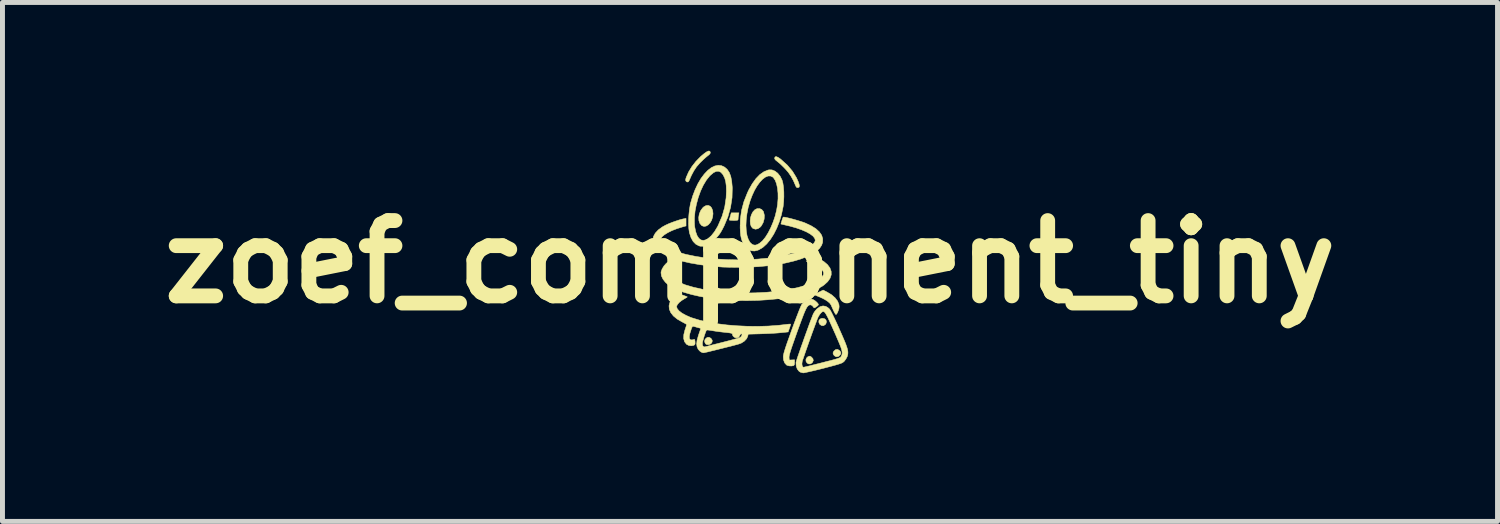
<source format=kicad_pcb>
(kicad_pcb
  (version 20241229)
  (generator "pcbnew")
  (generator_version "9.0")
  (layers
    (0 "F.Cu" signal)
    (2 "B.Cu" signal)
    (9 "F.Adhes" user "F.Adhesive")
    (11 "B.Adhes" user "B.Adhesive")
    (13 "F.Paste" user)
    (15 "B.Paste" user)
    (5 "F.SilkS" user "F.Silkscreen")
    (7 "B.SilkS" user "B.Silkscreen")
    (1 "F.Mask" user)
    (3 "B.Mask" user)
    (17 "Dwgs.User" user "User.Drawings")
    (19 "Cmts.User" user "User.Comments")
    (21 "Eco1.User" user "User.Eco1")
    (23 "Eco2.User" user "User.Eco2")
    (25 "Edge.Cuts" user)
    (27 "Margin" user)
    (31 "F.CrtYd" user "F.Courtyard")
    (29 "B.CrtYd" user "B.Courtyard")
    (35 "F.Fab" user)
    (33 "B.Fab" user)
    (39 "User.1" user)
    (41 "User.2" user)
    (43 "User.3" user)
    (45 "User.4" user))
  (footprint "zoef_component_tiny"
    (layer "F.Cu")
    (at 12.127 2.248)
    (property "Reference" "zoef_component_tiny" (at 0 0 0) (layer "F.SilkS") (effects (font (size 1.524 1.524) (thickness 0.3))))
    (attr through_hole)
    (fp_poly (pts (xy -0.792 1.547) (xy -0.788 1.552) (xy -0.765 1.587) (xy -0.767 1.621) (xy -0.782 1.648) (xy -0.808 1.668) (xy -0.844 1.677) (xy -0.878 1.673) (xy -0.899 1.661) (xy -0.919 1.62) (xy -0.914 1.579) (xy -0.901 1.558) (xy -0.867 1.53) (xy -0.829 1.527) (xy -0.792 1.547)) (stroke (width 0.01) (type solid)) (fill yes) (layer "F.SilkS"))
    (fp_poly (pts (xy 1.51 1.153) (xy 1.537 1.178) (xy 1.547 1.213) (xy 1.536 1.251) (xy 1.524 1.268) (xy 1.487 1.292) (xy 1.45 1.291) (xy 1.414 1.267) (xy 1.41 1.262) (xy 1.392 1.222) (xy 1.395 1.185) (xy 1.418 1.157) (xy 1.458 1.143) (xy 1.468 1.143) (xy 1.51 1.153)) (stroke (width 0.01) (type solid)) (fill yes) (layer "F.SilkS"))
    (fp_poly (pts (xy 1.223 1.914) (xy 1.243 1.927) (xy 1.273 1.961) (xy 1.28 1.999) (xy 1.263 2.035) (xy 1.256 2.044) (xy 1.221 2.066) (xy 1.187 2.066) (xy 1.158 2.05) (xy 1.135 2.02) (xy 1.13 1.983) (xy 1.143 1.947) (xy 1.171 1.92) (xy 1.173 1.92) (xy 1.201 1.909) (xy 1.223 1.914)) (stroke (width 0.01) (type solid)) (fill yes) (layer "F.SilkS"))
    (fp_poly (pts (xy 1.806 1.791) (xy 1.821 1.807) (xy 1.838 1.833) (xy 1.839 1.853) (xy 1.829 1.876) (xy 1.797 1.91) (xy 1.758 1.922) (xy 1.73 1.916) (xy 1.703 1.897) (xy 1.687 1.873) (xy 1.679 1.847) (xy 1.687 1.823) (xy 1.698 1.806) (xy 1.732 1.777) (xy 1.77 1.772) (xy 1.806 1.791)) (stroke (width 0.01) (type solid)) (fill yes) (layer "F.SilkS"))
    (fp_poly (pts (xy -0.233 -0.943) (xy -0.239 -0.903) (xy -0.241 -0.869) (xy -0.241 -0.867) (xy -0.243 -0.852) (xy -0.252 -0.843) (xy -0.274 -0.839) (xy -0.314 -0.838) (xy -0.33 -0.838) (xy -0.374 -0.839) (xy -0.406 -0.842) (xy -0.419 -0.845) (xy -0.419 -0.846) (xy -0.416 -0.861) (xy -0.407 -0.893) (xy -0.399 -0.922) (xy -0.379 -0.991) (xy -0.225 -0.991) (xy -0.233 -0.943)) (stroke (width 0.01) (type solid)) (fill yes) (layer "F.SilkS"))
    (fp_poly (pts (xy -0.807 -1.125) (xy -0.776 -1.089) (xy -0.756 -1.036) (xy -0.749 -0.974) (xy -0.757 -0.906) (xy -0.777 -0.843) (xy -0.808 -0.79) (xy -0.845 -0.749) (xy -0.887 -0.724) (xy -0.93 -0.716) (xy -0.972 -0.73) (xy -0.98 -0.736) (xy -1.016 -0.779) (xy -1.035 -0.835) (xy -1.038 -0.9) (xy -1.027 -0.967) (xy -1.001 -1.032) (xy -0.961 -1.088) (xy -0.939 -1.11) (xy -0.892 -1.137) (xy -0.847 -1.142) (xy -0.807 -1.125)) (stroke (width 0.01) (type solid)) (fill yes) (layer "F.SilkS"))
    (fp_poly (pts (xy 0.237 -1.058) (xy 0.27 -1.019) (xy 0.274 -1.009) (xy 0.29 -0.941) (xy 0.286 -0.866) (xy 0.265 -0.792) (xy 0.228 -0.727) (xy 0.208 -0.704) (xy 0.16 -0.67) (xy 0.111 -0.66) (xy 0.064 -0.674) (xy 0.055 -0.679) (xy 0.024 -0.715) (xy 0.007 -0.767) (xy 0.003 -0.828) (xy 0.01 -0.893) (xy 0.029 -0.956) (xy 0.059 -1.012) (xy 0.097 -1.053) (xy 0.144 -1.077) (xy 0.193 -1.078) (xy 0.237 -1.058)) (stroke (width 0.01) (type solid)) (fill yes) (layer "F.SilkS"))
    (fp_poly (pts (xy -0.813 -2.238) (xy -0.803 -2.214) (xy -0.807 -2.193) (xy -0.829 -2.167) (xy -0.861 -2.142) (xy -0.896 -2.113) (xy -0.942 -2.072) (xy -0.991 -2.024) (xy -1.019 -1.996) (xy -1.083 -1.922) (xy -1.137 -1.841) (xy -1.187 -1.747) (xy -1.23 -1.648) (xy -1.249 -1.619) (xy -1.273 -1.615) (xy -1.295 -1.631) (xy -1.303 -1.649) (xy -1.301 -1.675) (xy -1.29 -1.711) (xy -1.243 -1.818) (xy -1.176 -1.928) (xy -1.093 -2.034) (xy -0.997 -2.132) (xy -0.924 -2.193) (xy -0.873 -2.228) (xy -0.836 -2.243) (xy -0.813 -2.238)) (stroke (width 0.01) (type solid)) (fill yes) (layer "F.SilkS"))
    (fp_poly (pts (xy 1.558 0.612) (xy 1.65 0.667) (xy 1.721 0.729) (xy 1.772 0.796) (xy 1.799 0.865) (xy 1.803 0.908) (xy 1.799 0.943) (xy 1.787 0.984) (xy 1.771 1.023) (xy 1.755 1.053) (xy 1.74 1.067) (xy 1.739 1.067) (xy 1.728 1.056) (xy 1.711 1.028) (xy 1.691 0.989) (xy 1.69 0.987) (xy 1.669 0.941) (xy 1.651 0.899) (xy 1.64 0.874) (xy 1.615 0.838) (xy 1.57 0.799) (xy 1.507 0.759) (xy 1.43 0.721) (xy 1.398 0.707) (xy 1.292 0.664) (xy 1.386 0.618) (xy 1.48 0.572) (xy 1.558 0.612)) (stroke (width 0.01) (type solid)) (fill yes) (layer "F.SilkS"))
    (fp_poly (pts (xy 0.567 -2.114) (xy 0.618 -2.079) (xy 0.627 -2.071) (xy 0.754 -1.957) (xy 0.858 -1.834) (xy 0.939 -1.702) (xy 0.974 -1.625) (xy 0.993 -1.57) (xy 0.999 -1.533) (xy 0.992 -1.511) (xy 0.97 -1.501) (xy 0.968 -1.501) (xy 0.944 -1.505) (xy 0.927 -1.529) (xy 0.926 -1.533) (xy 0.878 -1.643) (xy 0.828 -1.734) (xy 0.772 -1.814) (xy 0.716 -1.878) (xy 0.669 -1.926) (xy 0.621 -1.973) (xy 0.578 -2.01) (xy 0.557 -2.027) (xy 0.519 -2.058) (xy 0.5 -2.082) (xy 0.498 -2.1) (xy 0.508 -2.124) (xy 0.531 -2.129) (xy 0.567 -2.114)) (stroke (width 0.01) (type solid)) (fill yes) (layer "F.SilkS"))
    (fp_poly (pts (xy 1.284 0.768) (xy 1.32 0.791) (xy 1.353 0.82) (xy 1.377 0.848) (xy 1.384 0.867) (xy 1.374 0.883) (xy 1.349 0.904) (xy 1.339 0.911) (xy 1.311 0.928) (xy 1.296 0.931) (xy 1.287 0.922) (xy 1.283 0.914) (xy 1.256 0.883) (xy 1.222 0.87) (xy 1.195 0.876) (xy 1.18 0.886) (xy 1.165 0.901) (xy 1.149 0.923) (xy 1.132 0.955) (xy 1.112 0.998) (xy 1.088 1.055) (xy 1.06 1.128) (xy 1.026 1.219) (xy 0.985 1.33) (xy 0.951 1.424) (xy 0.907 1.548) (xy 0.871 1.651) (xy 0.842 1.734) (xy 0.82 1.801) (xy 0.805 1.852) (xy 0.795 1.89) (xy 0.791 1.917) (xy 0.79 1.935) (xy 0.794 1.988) (xy 0.848 1.985) (xy 0.902 1.983) (xy 0.902 2.038) (xy 0.898 2.079) (xy 0.885 2.099) (xy 0.882 2.1) (xy 0.841 2.108) (xy 0.794 2.106) (xy 0.752 2.095) (xy 0.739 2.088) (xy 0.701 2.046) (xy 0.678 1.985) (xy 0.673 1.925) (xy 0.674 1.903) (xy 0.679 1.876) (xy 0.687 1.841) (xy 0.7 1.796) (xy 0.718 1.739) (xy 0.742 1.667) (xy 0.774 1.577) (xy 0.813 1.468) (xy 0.843 1.383) (xy 0.885 1.268) (xy 0.925 1.162) (xy 0.961 1.068) (xy 0.992 0.988) (xy 1.018 0.925) (xy 1.038 0.88) (xy 1.05 0.859) (xy 1.093 0.812) (xy 1.146 0.776) (xy 1.202 0.756) (xy 1.251 0.755) (xy 1.284 0.768)) (stroke (width 0.01) (type solid)) (fill yes) (layer "F.SilkS"))
    (fp_poly (pts (xy -0.576 -1.945) (xy -0.514 -1.916) (xy -0.461 -1.869) (xy -0.42 -1.808) (xy -0.39 -1.73) (xy -0.371 -1.633) (xy -0.36 -1.514) (xy -0.359 -1.492) (xy -0.364 -1.297) (xy -0.394 -1.102) (xy -0.448 -0.911) (xy -0.525 -0.726) (xy -0.529 -0.719) (xy -0.564 -0.65) (xy -0.594 -0.597) (xy -0.624 -0.553) (xy -0.659 -0.51) (xy -0.703 -0.461) (xy -0.711 -0.453) (xy -0.786 -0.385) (xy -0.861 -0.339) (xy -0.935 -0.315) (xy -1.004 -0.316) (xy -1.033 -0.323) (xy -1.098 -0.358) (xy -1.151 -0.412) (xy -1.193 -0.487) (xy -1.225 -0.584) (xy -1.227 -0.593) (xy -1.238 -0.666) (xy -1.243 -0.756) (xy -1.243 -0.857) (xy -1.241 -0.893) (xy -1.125 -0.893) (xy -1.125 -0.767) (xy -1.119 -0.707) (xy -1.099 -0.608) (xy -1.071 -0.53) (xy -1.035 -0.475) (xy -0.992 -0.442) (xy -0.943 -0.433) (xy -0.887 -0.448) (xy -0.854 -0.467) (xy -0.785 -0.526) (xy -0.719 -0.609) (xy -0.656 -0.714) (xy -0.642 -0.743) (xy -0.564 -0.925) (xy -0.512 -1.107) (xy -0.484 -1.294) (xy -0.478 -1.429) (xy -0.481 -1.536) (xy -0.492 -1.623) (xy -0.512 -1.694) (xy -0.542 -1.754) (xy -0.549 -1.766) (xy -0.59 -1.812) (xy -0.634 -1.833) (xy -0.683 -1.831) (xy -0.738 -1.805) (xy -0.799 -1.754) (xy -0.814 -1.74) (xy -0.882 -1.656) (xy -0.945 -1.552) (xy -1.001 -1.432) (xy -1.048 -1.301) (xy -1.085 -1.165) (xy -1.112 -1.027) (xy -1.125 -0.893) (xy -1.241 -0.893) (xy -1.236 -0.962) (xy -1.225 -1.065) (xy -1.209 -1.159) (xy -1.202 -1.19) (xy -1.16 -1.332) (xy -1.11 -1.464) (xy -1.054 -1.582) (xy -0.992 -1.687) (xy -0.925 -1.776) (xy -0.856 -1.849) (xy -0.785 -1.904) (xy -0.714 -1.939) (xy -0.643 -1.953) (xy -0.576 -1.945)) (stroke (width 0.01) (type solid)) (fill yes) (layer "F.SilkS"))
    (fp_poly (pts (xy 0.444 -1.86) (xy 0.504 -1.836) (xy 0.56 -1.793) (xy 0.609 -1.732) (xy 0.647 -1.657) (xy 0.648 -1.655) (xy 0.665 -1.593) (xy 0.677 -1.511) (xy 0.684 -1.417) (xy 0.685 -1.316) (xy 0.68 -1.214) (xy 0.67 -1.118) (xy 0.667 -1.103) (xy 0.636 -0.954) (xy 0.593 -0.812) (xy 0.54 -0.679) (xy 0.479 -0.558) (xy 0.411 -0.452) (xy 0.337 -0.362) (xy 0.26 -0.292) (xy 0.18 -0.244) (xy 0.156 -0.234) (xy 0.093 -0.219) (xy 0.031 -0.223) (xy 0.005 -0.23) (xy -0.04 -0.254) (xy -0.085 -0.297) (xy -0.126 -0.353) (xy -0.159 -0.418) (xy -0.164 -0.433) (xy -0.178 -0.479) (xy -0.188 -0.531) (xy -0.195 -0.594) (xy -0.199 -0.676) (xy -0.2 -0.679) (xy -0.199 -0.735) (xy -0.082 -0.735) (xy -0.076 -0.628) (xy -0.061 -0.534) (xy -0.035 -0.455) (xy -0.001 -0.394) (xy 0.04 -0.356) (xy 0.079 -0.339) (xy 0.118 -0.339) (xy 0.162 -0.357) (xy 0.194 -0.376) (xy 0.252 -0.425) (xy 0.311 -0.497) (xy 0.367 -0.587) (xy 0.42 -0.691) (xy 0.468 -0.805) (xy 0.509 -0.927) (xy 0.539 -1.05) (xy 0.558 -1.166) (xy 0.567 -1.28) (xy 0.566 -1.389) (xy 0.556 -1.489) (xy 0.537 -1.577) (xy 0.51 -1.649) (xy 0.475 -1.701) (xy 0.46 -1.715) (xy 0.414 -1.737) (xy 0.364 -1.736) (xy 0.31 -1.714) (xy 0.254 -1.672) (xy 0.199 -1.613) (xy 0.144 -1.538) (xy 0.092 -1.449) (xy 0.045 -1.348) (xy 0.002 -1.236) (xy -0.033 -1.116) (xy -0.037 -1.102) (xy -0.062 -0.975) (xy -0.077 -0.852) (xy -0.082 -0.735) (xy -0.199 -0.735) (xy -0.196 -0.863) (xy -0.171 -1.041) (xy -0.124 -1.217) (xy -0.053 -1.396) (xy -0.025 -1.456) (xy 0.045 -1.58) (xy 0.119 -1.683) (xy 0.198 -1.765) (xy 0.281 -1.823) (xy 0.365 -1.857) (xy 0.384 -1.861) (xy 0.444 -1.86)) (stroke (width 0.01) (type solid)) (fill yes) (layer "F.SilkS"))
    (fp_poly (pts (xy 1.395 -0.065) (xy 1.493 -0.006) (xy 1.567 0.057) (xy 1.617 0.124) (xy 1.642 0.193) (xy 1.643 0.263) (xy 1.619 0.333) (xy 1.571 0.402) (xy 1.498 0.468) (xy 1.456 0.497) (xy 1.354 0.553) (xy 1.229 0.604) (xy 1.084 0.649) (xy 0.921 0.689) (xy 0.744 0.722) (xy 0.554 0.749) (xy 0.353 0.768) (xy 0.145 0.781) (xy -0.069 0.785) (xy -0.285 0.782) (xy -0.457 0.773) (xy -0.649 0.756) (xy -0.836 0.732) (xy -1.014 0.7) (xy -1.181 0.662) (xy -1.332 0.619) (xy -1.465 0.571) (xy -1.563 0.526) (xy -1.645 0.474) (xy -1.711 0.415) (xy -1.761 0.351) (xy -1.792 0.286) (xy -1.801 0.222) (xy -1.799 0.2) (xy -1.778 0.143) (xy -1.741 0.083) (xy -1.694 0.03) (xy -1.666 0.008) (xy -1.612 -0.029) (xy -1.517 0.001) (xy -1.473 0.016) (xy -1.439 0.029) (xy -1.423 0.037) (xy -1.422 0.039) (xy -1.433 0.048) (xy -1.459 0.063) (xy -1.47 0.068) (xy -1.541 0.107) (xy -1.595 0.149) (xy -1.632 0.191) (xy -1.647 0.231) (xy -1.645 0.254) (xy -1.625 0.285) (xy -1.588 0.321) (xy -1.537 0.36) (xy -1.479 0.395) (xy -1.443 0.413) (xy -1.304 0.468) (xy -1.143 0.515) (xy -0.964 0.555) (xy -0.77 0.587) (xy -0.562 0.61) (xy -0.345 0.625) (xy -0.121 0.631) (xy 0.107 0.628) (xy 0.336 0.616) (xy 0.482 0.602) (xy 0.649 0.581) (xy 0.807 0.555) (xy 0.953 0.524) (xy 1.086 0.488) (xy 1.203 0.449) (xy 1.303 0.407) (xy 1.384 0.362) (xy 1.444 0.316) (xy 1.481 0.269) (xy 1.487 0.256) (xy 1.489 0.218) (xy 1.468 0.175) (xy 1.43 0.136) (xy 1.4 0.115) (xy 1.354 0.089) (xy 1.3 0.061) (xy 1.246 0.036) (xy 1.2 0.017) (xy 1.191 0.013) (xy 1.161 0.002) (xy 1.144 -0.008) (xy 1.144 -0.011) (xy 1.154 -0.019) (xy 1.183 -0.036) (xy 1.223 -0.056) (xy 1.233 -0.06) (xy 1.322 -0.101) (xy 1.395 -0.065)) (stroke (width 0.01) (type solid)) (fill yes) (layer "F.SilkS"))
    (fp_poly (pts (xy 0.722 -0.899) (xy 0.773 -0.888) (xy 0.834 -0.873) (xy 0.9 -0.855) (xy 0.968 -0.835) (xy 1.033 -0.815) (xy 1.09 -0.796) (xy 1.12 -0.784) (xy 1.237 -0.729) (xy 1.332 -0.67) (xy 1.402 -0.606) (xy 1.449 -0.539) (xy 1.471 -0.468) (xy 1.469 -0.395) (xy 1.449 -0.336) (xy 1.407 -0.272) (xy 1.342 -0.212) (xy 1.254 -0.155) (xy 1.146 -0.103) (xy 1.02 -0.055) (xy 0.876 -0.013) (xy 0.718 0.024) (xy 0.545 0.056) (xy 0.36 0.08) (xy 0.165 0.098) (xy -0.038 0.109) (xy -0.249 0.112) (xy -0.279 0.112) (xy -0.357 0.111) (xy -0.429 0.11) (xy -0.492 0.108) (xy -0.538 0.107) (xy -0.559 0.106) (xy -0.796 0.086) (xy -1.013 0.058) (xy -1.211 0.024) (xy -1.389 -0.017) (xy -1.544 -0.064) (xy -1.677 -0.118) (xy -1.787 -0.177) (xy -1.87 -0.239) (xy -1.927 -0.304) (xy -1.96 -0.372) (xy -1.969 -0.442) (xy -1.954 -0.512) (xy -1.917 -0.58) (xy -1.857 -0.645) (xy -1.775 -0.705) (xy -1.708 -0.742) (xy -1.647 -0.77) (xy -1.574 -0.799) (xy -1.497 -0.826) (xy -1.424 -0.85) (xy -1.363 -0.866) (xy -1.343 -0.87) (xy -1.295 -0.879) (xy -1.295 -0.802) (xy -1.295 -0.726) (xy -1.368 -0.706) (xy -1.479 -0.671) (xy -1.578 -0.633) (xy -1.663 -0.591) (xy -1.731 -0.549) (xy -1.781 -0.506) (xy -1.81 -0.465) (xy -1.816 -0.437) (xy -1.804 -0.396) (xy -1.768 -0.353) (xy -1.711 -0.31) (xy -1.634 -0.267) (xy -1.54 -0.226) (xy -1.43 -0.188) (xy -1.307 -0.153) (xy -1.276 -0.146) (xy -1.091 -0.108) (xy -0.894 -0.078) (xy -0.689 -0.058) (xy -0.478 -0.045) (xy -0.266 -0.04) (xy -0.054 -0.044) (xy 0.155 -0.055) (xy 0.356 -0.074) (xy 0.549 -0.101) (xy 0.729 -0.135) (xy 0.893 -0.176) (xy 1.039 -0.224) (xy 1.164 -0.278) (xy 1.172 -0.283) (xy 1.231 -0.319) (xy 1.278 -0.36) (xy 1.309 -0.4) (xy 1.321 -0.436) (xy 1.321 -0.437) (xy 1.308 -0.478) (xy 1.273 -0.521) (xy 1.215 -0.565) (xy 1.139 -0.607) (xy 1.044 -0.648) (xy 0.933 -0.687) (xy 0.809 -0.722) (xy 0.773 -0.73) (xy 0.625 -0.765) (xy 0.644 -0.83) (xy 0.656 -0.868) (xy 0.667 -0.896) (xy 0.671 -0.904) (xy 0.687 -0.905) (xy 0.722 -0.899)) (stroke (width 0.01) (type solid)) (fill yes) (layer "F.SilkS"))
    (fp_poly (pts (xy 1.535 0.902) (xy 1.589 0.937) (xy 1.61 0.958) (xy 1.624 0.979) (xy 1.647 1.021) (xy 1.676 1.079) (xy 1.711 1.151) (xy 1.75 1.234) (xy 1.791 1.324) (xy 1.809 1.366) (xy 1.86 1.481) (xy 1.901 1.576) (xy 1.933 1.653) (xy 1.956 1.716) (xy 1.971 1.767) (xy 1.979 1.808) (xy 1.981 1.843) (xy 1.978 1.874) (xy 1.97 1.905) (xy 1.964 1.922) (xy 1.94 1.967) (xy 1.909 2.009) (xy 1.901 2.017) (xy 1.887 2.029) (xy 1.871 2.04) (xy 1.849 2.051) (xy 1.818 2.062) (xy 1.775 2.076) (xy 1.719 2.092) (xy 1.645 2.112) (xy 1.55 2.137) (xy 1.49 2.153) (xy 1.394 2.177) (xy 1.305 2.199) (xy 1.226 2.217) (xy 1.159 2.232) (xy 1.11 2.243) (xy 1.08 2.248) (xy 1.075 2.248) (xy 1.023 2.235) (xy 0.992 2.215) (xy 0.956 2.17) (xy 0.935 2.111) (xy 0.932 2.067) (xy 1.05 2.067) (xy 1.056 2.105) (xy 1.069 2.128) (xy 1.082 2.133) (xy 1.099 2.13) (xy 1.136 2.122) (xy 1.191 2.109) (xy 1.261 2.091) (xy 1.341 2.071) (xy 1.422 2.051) (xy 1.533 2.022) (xy 1.621 2) (xy 1.689 1.982) (xy 1.741 1.967) (xy 1.779 1.955) (xy 1.805 1.945) (xy 1.823 1.936) (xy 1.834 1.927) (xy 1.841 1.917) (xy 1.847 1.906) (xy 1.848 1.905) (xy 1.858 1.883) (xy 1.864 1.86) (xy 1.865 1.835) (xy 1.86 1.803) (xy 1.85 1.763) (xy 1.832 1.712) (xy 1.806 1.647) (xy 1.771 1.566) (xy 1.728 1.465) (xy 1.7 1.403) (xy 1.65 1.291) (xy 1.609 1.201) (xy 1.576 1.13) (xy 1.548 1.077) (xy 1.526 1.04) (xy 1.507 1.017) (xy 1.49 1.006) (xy 1.474 1.006) (xy 1.458 1.015) (xy 1.44 1.03) (xy 1.436 1.034) (xy 1.408 1.068) (xy 1.381 1.112) (xy 1.374 1.129) (xy 1.36 1.161) (xy 1.341 1.213) (xy 1.316 1.28) (xy 1.287 1.359) (xy 1.255 1.446) (xy 1.222 1.538) (xy 1.189 1.631) (xy 1.157 1.722) (xy 1.127 1.807) (xy 1.101 1.883) (xy 1.079 1.947) (xy 1.063 1.994) (xy 1.055 2.021) (xy 1.055 2.023) (xy 1.05 2.067) (xy 0.932 2.067) (xy 0.93 2.045) (xy 0.932 2.029) (xy 0.938 2.007) (xy 0.952 1.963) (xy 0.972 1.903) (xy 0.998 1.829) (xy 1.027 1.744) (xy 1.06 1.652) (xy 1.094 1.555) (xy 1.129 1.458) (xy 1.163 1.364) (xy 1.195 1.276) (xy 1.224 1.197) (xy 1.25 1.13) (xy 1.269 1.08) (xy 1.283 1.048) (xy 1.284 1.045) (xy 1.31 1.004) (xy 1.345 0.962) (xy 1.359 0.948) (xy 1.418 0.907) (xy 1.477 0.892) (xy 1.535 0.902)) (stroke (width 0.01) (type solid)) (fill yes) (layer "F.SilkS"))
    (fp_poly (pts (xy -1.437 0.651) (xy -1.403 0.661) (xy -1.362 0.674) (xy -1.322 0.688) (xy -1.289 0.7) (xy -1.271 0.709) (xy -1.27 0.711) (xy -1.28 0.72) (xy -1.307 0.736) (xy -1.33 0.749) (xy -1.387 0.785) (xy -1.435 0.824) (xy -1.469 0.864) (xy -1.485 0.898) (xy -1.486 0.906) (xy -1.474 0.948) (xy -1.437 0.992) (xy -1.379 1.037) (xy -1.3 1.081) (xy -1.203 1.124) (xy -1.168 1.136) (xy -1.021 1.181) (xy -0.854 1.22) (xy -0.669 1.252) (xy -0.472 1.277) (xy -0.265 1.294) (xy -0.053 1.304) (xy 0.16 1.306) (xy 0.37 1.3) (xy 0.574 1.285) (xy 0.716 1.269) (xy 0.763 1.263) (xy 0.8 1.26) (xy 0.819 1.26) (xy 0.821 1.261) (xy 0.819 1.275) (xy 0.811 1.305) (xy 0.798 1.343) (xy 0.771 1.419) (xy 0.624 1.434) (xy 0.562 1.44) (xy 0.483 1.445) (xy 0.393 1.45) (xy 0.299 1.454) (xy 0.22 1.457) (xy -0.037 1.464) (xy -0.045 1.502) (xy -0.069 1.556) (xy -0.115 1.605) (xy -0.176 1.644) (xy -0.227 1.663) (xy -0.266 1.674) (xy -0.322 1.689) (xy -0.39 1.707) (xy -0.467 1.726) (xy -0.55 1.747) (xy -0.633 1.768) (xy -0.714 1.788) (xy -0.788 1.806) (xy -0.852 1.822) (xy -0.902 1.833) (xy -0.933 1.84) (xy -0.943 1.841) (xy -0.966 1.836) (xy -0.99 1.825) (xy -1.018 1.804) (xy -1.046 1.773) (xy -1.051 1.766) (xy -1.072 1.719) (xy -1.08 1.661) (xy -1.079 1.655) (xy -0.965 1.655) (xy -0.959 1.695) (xy -0.941 1.719) (xy -0.915 1.721) (xy -0.898 1.717) (xy -0.859 1.707) (xy -0.803 1.692) (xy -0.733 1.674) (xy -0.652 1.654) (xy -0.565 1.632) (xy -0.476 1.609) (xy -0.394 1.588) (xy -0.323 1.568) (xy -0.265 1.553) (xy -0.226 1.541) (xy -0.208 1.535) (xy -0.182 1.515) (xy -0.166 1.49) (xy -0.162 1.467) (xy -0.172 1.456) (xy -0.19 1.461) (xy -0.209 1.492) (xy -0.209 1.493) (xy -0.229 1.525) (xy -0.256 1.538) (xy -0.292 1.537) (xy -0.322 1.523) (xy -0.347 1.497) (xy -0.356 1.471) (xy -0.357 1.46) (xy -0.364 1.452) (xy -0.38 1.445) (xy -0.408 1.439) (xy -0.453 1.433) (xy -0.519 1.426) (xy -0.548 1.423) (xy -0.617 1.415) (xy -0.689 1.405) (xy -0.752 1.395) (xy -0.777 1.391) (xy -0.823 1.384) (xy -0.859 1.38) (xy -0.878 1.382) (xy -0.879 1.382) (xy -0.89 1.401) (xy -0.905 1.439) (xy -0.922 1.487) (xy -0.938 1.539) (xy -0.952 1.59) (xy -0.962 1.631) (xy -0.965 1.655) (xy -1.079 1.655) (xy -1.072 1.59) (xy -1.048 1.502) (xy -1.037 1.468) (xy -0.995 1.346) (xy -1.047 1.333) (xy -1.089 1.321) (xy -1.126 1.31) (xy -1.132 1.309) (xy -1.151 1.304) (xy -1.164 1.309) (xy -1.176 1.327) (xy -1.19 1.364) (xy -1.193 1.373) (xy -1.218 1.453) (xy -1.229 1.514) (xy -1.225 1.556) (xy -1.206 1.578) (xy -1.174 1.58) (xy -1.171 1.58) (xy -1.142 1.573) (xy -1.125 1.57) (xy -1.118 1.58) (xy -1.113 1.608) (xy -1.112 1.624) (xy -1.112 1.66) (xy -1.121 1.679) (xy -1.14 1.69) (xy -1.142 1.691) (xy -1.189 1.699) (xy -1.241 1.691) (xy -1.283 1.67) (xy -1.286 1.667) (xy -1.325 1.617) (xy -1.343 1.552) (xy -1.34 1.473) (xy -1.317 1.379) (xy -1.314 1.372) (xy -1.299 1.326) (xy -1.288 1.291) (xy -1.283 1.271) (xy -1.283 1.27) (xy -1.293 1.261) (xy -1.321 1.244) (xy -1.362 1.222) (xy -1.376 1.215) (xy -1.474 1.158) (xy -1.55 1.096) (xy -1.603 1.029) (xy -1.633 0.96) (xy -1.639 0.89) (xy -1.621 0.82) (xy -1.579 0.751) (xy -1.529 0.7) (xy -1.496 0.673) (xy -1.469 0.654) (xy -1.456 0.648) (xy -1.437 0.651)) (stroke (width 0.01) (type solid)) (fill yes) (layer "F.SilkS")))
  (gr_rect
    (start -3 -3)
    (end 27.253 7.501)
    (stroke (width 0.1) (type default))
    (fill no)
    (layer "Edge.Cuts")))
</source>
